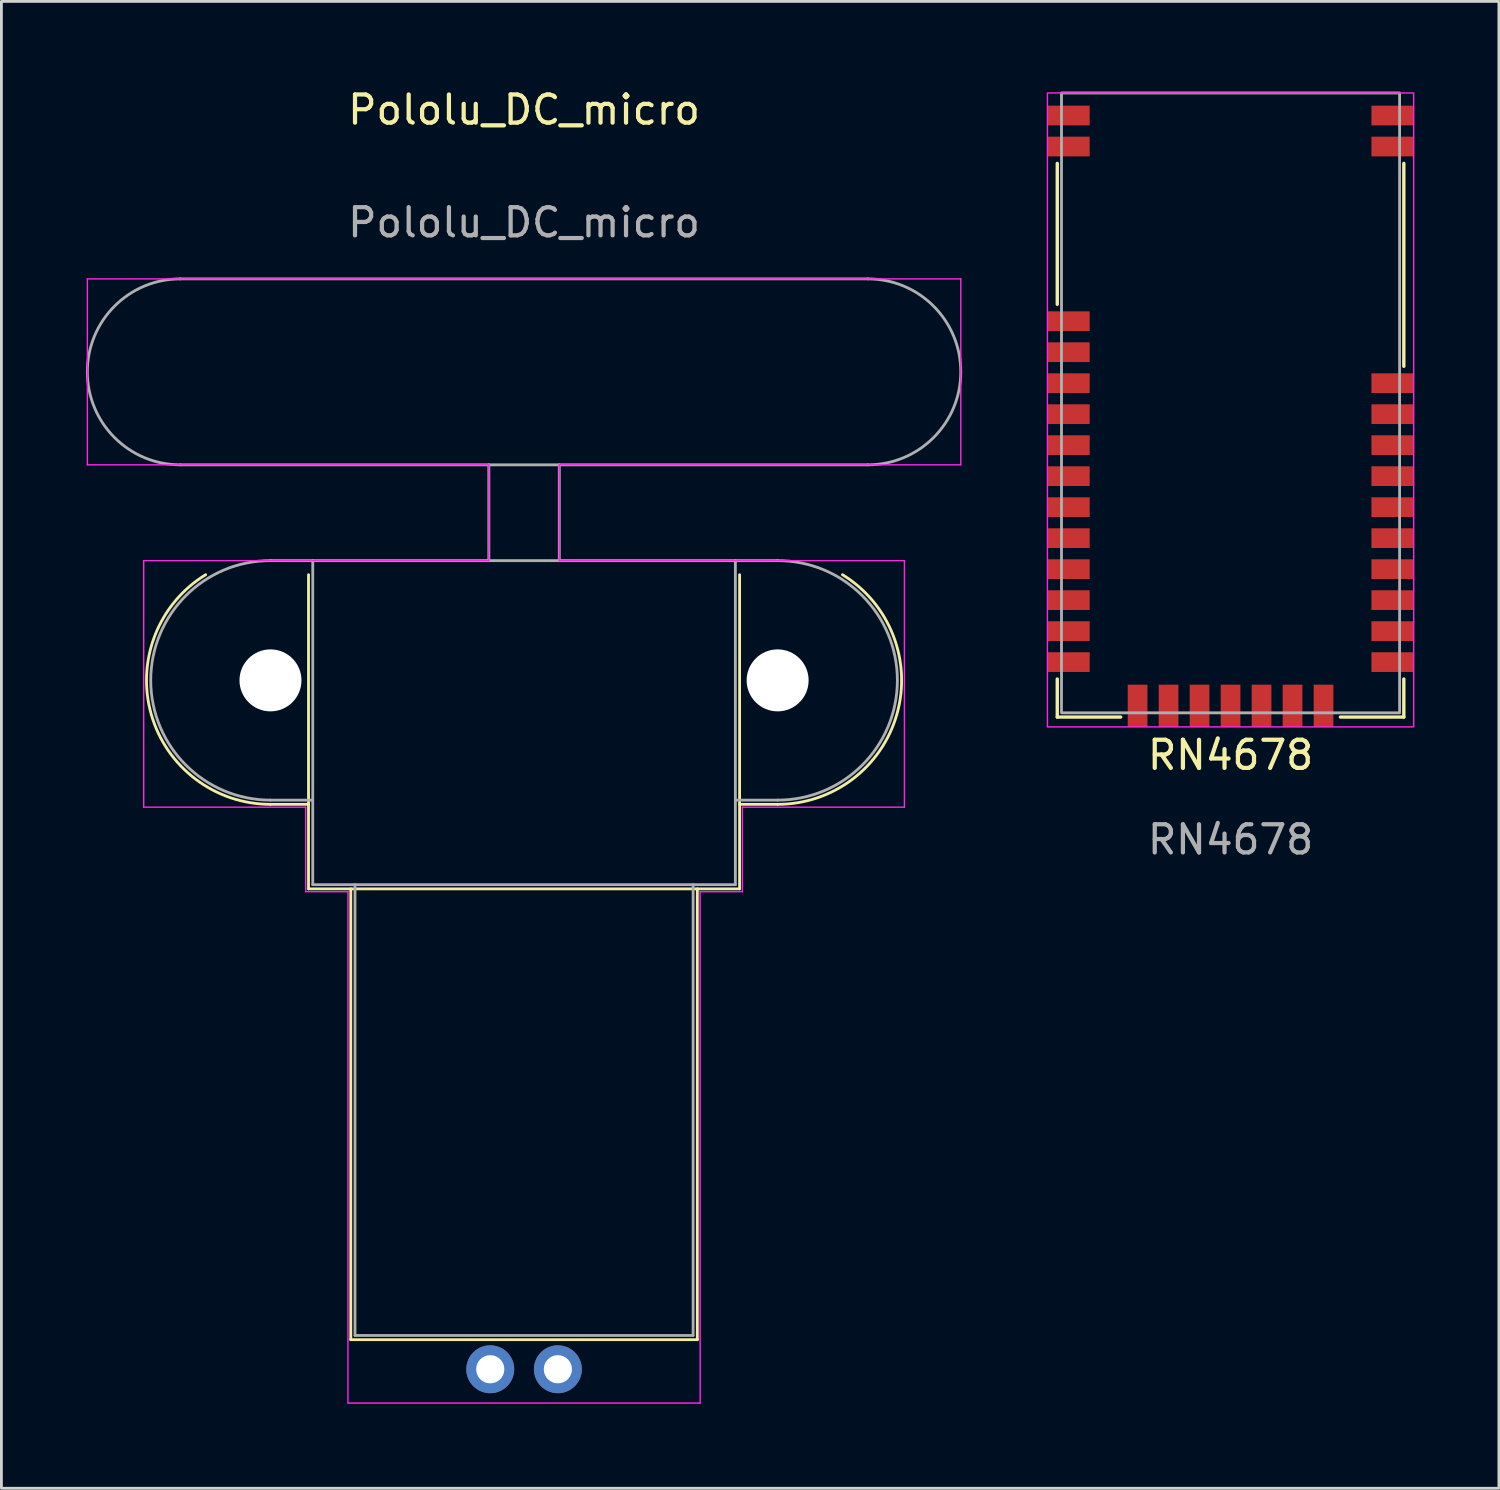
<source format=kicad_pcb>
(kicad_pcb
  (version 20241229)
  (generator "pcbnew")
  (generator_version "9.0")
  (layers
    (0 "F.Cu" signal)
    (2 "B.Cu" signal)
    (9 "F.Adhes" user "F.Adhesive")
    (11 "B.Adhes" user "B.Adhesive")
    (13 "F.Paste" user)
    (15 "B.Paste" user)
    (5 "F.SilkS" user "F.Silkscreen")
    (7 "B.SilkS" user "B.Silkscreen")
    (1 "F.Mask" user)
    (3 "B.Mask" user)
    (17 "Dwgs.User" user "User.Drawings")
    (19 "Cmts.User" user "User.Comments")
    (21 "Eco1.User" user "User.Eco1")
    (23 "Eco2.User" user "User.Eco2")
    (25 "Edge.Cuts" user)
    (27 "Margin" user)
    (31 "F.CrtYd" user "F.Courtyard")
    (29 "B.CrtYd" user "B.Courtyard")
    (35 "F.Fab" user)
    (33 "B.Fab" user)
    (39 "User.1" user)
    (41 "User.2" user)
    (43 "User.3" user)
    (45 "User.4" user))
  (footprint "Pololu_DC_micro"
    (layer "F.Cu")
    (at 15.55 16.848)
    (property "Reference" "Pololu_DC_micro" (at 0 -16 0) (unlocked yes) (layer "F.SilkS") (effects (font (size 1 1) (thickness 0.15))))
    (attr through_hole)
    (fp_line (start -7.65 8.65) (end -9 8.65) (stroke (width 0.1) (type default)) (layer "F.SilkS"))
    (fp_line (start -7.65 11.65) (end -7.65 0.5) (stroke (width 0.1) (type default)) (layer "F.SilkS"))
    (fp_line (start -6.15 27.65) (end -6.15 11.65) (stroke (width 0.1) (type default)) (layer "F.SilkS"))
    (fp_line (start 6.15 11.65) (end 6.15 27.65) (stroke (width 0.1) (type default)) (layer "F.SilkS"))
    (fp_line (start 6.15 27.65) (end -6.15 27.65) (stroke (width 0.1) (type default)) (layer "F.SilkS"))
    (fp_line (start 7.65 0.5) (end 7.65 11.65) (stroke (width 0.1) (type default)) (layer "F.SilkS"))
    (fp_line (start 7.65 11.65) (end -7.65 11.65) (stroke (width 0.1) (type default)) (layer "F.SilkS"))
    (fp_line (start 9 8.65) (end 7.65 8.65) (stroke (width 0.1) (type default)) (layer "F.SilkS"))
    (fp_arc (start -9 8.65) (mid -13.234572 5.445158) (end -11.300446 0.499273) (stroke (width 0.1) (type default)) (layer "F.SilkS"))
    (fp_arc (start 11.300446 0.499273) (mid 13.234572 5.445158) (end 9 8.65) (stroke (width 0.1) (type default)) (layer "F.SilkS"))
    (fp_line (start -15.5 -10) (end 15.5 -10) (stroke (width 0.05) (type default)) (layer "F.CrtYd"))
    (fp_line (start -15.5 -3.4) (end -15.5 -10) (stroke (width 0.05) (type default)) (layer "F.CrtYd"))
    (fp_line (start -13.5 0) (end -1.25 0) (stroke (width 0.05) (type default)) (layer "F.CrtYd"))
    (fp_line (start -13.5 8.75) (end -13.5 0) (stroke (width 0.05) (type default)) (layer "F.CrtYd"))
    (fp_line (start -7.75 8.75) (end -13.5 8.75) (stroke (width 0.05) (type default)) (layer "F.CrtYd"))
    (fp_line (start -7.75 11.75) (end -7.75 8.75) (stroke (width 0.05) (type default)) (layer "F.CrtYd"))
    (fp_line (start -6.25 11.75) (end -7.75 11.75) (stroke (width 0.05) (type default)) (layer "F.CrtYd"))
    (fp_line (start -6.25 29.9) (end -6.25 11.75) (stroke (width 0.05) (type default)) (layer "F.CrtYd"))
    (fp_line (start -6.25 29.9) (end 6.25 29.9) (stroke (width 0.05) (type default)) (layer "F.CrtYd"))
    (fp_line (start -1.25 -3.4) (end -15.5 -3.4) (stroke (width 0.05) (type default)) (layer "F.CrtYd"))
    (fp_line (start -1.25 0) (end -1.25 -3.4) (stroke (width 0.05) (type default)) (layer "F.CrtYd"))
    (fp_line (start 1.25 -3.4) (end 1.25 0) (stroke (width 0.05) (type default)) (layer "F.CrtYd"))
    (fp_line (start 1.25 0) (end 13.5 0) (stroke (width 0.05) (type default)) (layer "F.CrtYd"))
    (fp_line (start 6.25 11.75) (end 7.75 11.75) (stroke (width 0.05) (type default)) (layer "F.CrtYd"))
    (fp_line (start 6.25 29.9) (end 6.25 11.75) (stroke (width 0.05) (type default)) (layer "F.CrtYd"))
    (fp_line (start 7.75 8.75) (end 13.5 8.75) (stroke (width 0.05) (type default)) (layer "F.CrtYd"))
    (fp_line (start 7.75 11.75) (end 7.75 8.75) (stroke (width 0.05) (type default)) (layer "F.CrtYd"))
    (fp_line (start 13.5 0) (end 13.5 8.75) (stroke (width 0.05) (type default)) (layer "F.CrtYd"))
    (fp_line (start 15.5 -10) (end 15.5 -3.4) (stroke (width 0.05) (type default)) (layer "F.CrtYd"))
    (fp_line (start 15.5 -3.4) (end 1.25 -3.4) (stroke (width 0.05) (type default)) (layer "F.CrtYd"))
    (fp_line (start -12.2 -10) (end 12.2 -10) (stroke (width 0.1) (type default)) (layer "F.Fab"))
    (fp_line (start -9 0) (end 9 0) (stroke (width 0.1) (type default)) (layer "F.Fab"))
    (fp_line (start -9 8.5) (end -7.5 8.5) (stroke (width 0.1) (type default)) (layer "F.Fab"))
    (fp_line (start -7.5 11.5) (end -7.5 0) (stroke (width 0.1) (type default)) (layer "F.Fab"))
    (fp_line (start -6 27.5) (end -6 11.5) (stroke (width 0.1) (type default)) (layer "F.Fab"))
    (fp_line (start -1.25 0) (end -1.25 -3.4) (stroke (width 0.1) (type default)) (layer "F.Fab"))
    (fp_line (start 1.25 -3.4) (end 1.25 0) (stroke (width 0.1) (type default)) (layer "F.Fab"))
    (fp_line (start 6 11.5) (end 6 27.5) (stroke (width 0.1) (type default)) (layer "F.Fab"))
    (fp_line (start 6 27.5) (end -6 27.5) (stroke (width 0.1) (type default)) (layer "F.Fab"))
    (fp_line (start 7.5 8.5) (end 9 8.5) (stroke (width 0.1) (type default)) (layer "F.Fab"))
    (fp_line (start 7.5 11.5) (end -7.5 11.5) (stroke (width 0.1) (type default)) (layer "F.Fab"))
    (fp_line (start 7.5 11.5) (end 7.5 0) (stroke (width 0.1) (type default)) (layer "F.Fab"))
    (fp_line (start 12.2 -3.4) (end -12.2 -3.4) (stroke (width 0.1) (type default)) (layer "F.Fab"))
    (fp_arc (start -12.2 -3.4) (mid -15.5 -6.7) (end -12.2 -10) (stroke (width 0.1) (type default)) (layer "F.Fab"))
    (fp_arc (start -9 8.5) (mid -13.25 4.25) (end -9 0) (stroke (width 0.1) (type default)) (layer "F.Fab"))
    (fp_arc (start 9 0) (mid 13.25 4.25) (end 9 8.5) (stroke (width 0.1) (type default)) (layer "F.Fab"))
    (fp_arc (start 12.2 -10) (mid 15.5 -6.7) (end 12.2 -3.4) (stroke (width 0.1) (type default)) (layer "F.Fab"))
    (fp_text user "${REFERENCE}" (at 0 -12 0) (unlocked yes) (layer "F.Fab") (effects (font (size 1 1) (thickness 0.15))))
    (pad "" np_thru_hole circle (at -9 4.25) (size 2.2 2.2) (drill 2.2) (layers "*.Cu" "*.Mask"))
    (pad "" np_thru_hole circle (at 9 4.25) (size 2.2 2.2) (drill 2.2) (layers "*.Cu" "*.Mask"))
    (pad "1" thru_hole circle (at -1.2 28.7) (size 1.7 1.7) (drill 1) (layers "*.Cu" "*.Mask"))
    (pad "2" thru_hole circle (at 1.2 28.7) (size 1.7 1.7) (drill 1) (layers "*.Cu" "*.Mask")))
  (footprint "RN4678"
    (layer "F.Cu")
    (at 40.625 0.25)
    (property "Reference" "RN4678" (at 0 23.5 0) (unlocked yes) (layer "F.SilkS") (effects (font (size 1 1) (thickness 0.15))))
    (attr smd)
    (fp_line (start -6.15 7.5) (end -6.15 2.5) (stroke (width 0.12) (type default)) (layer "F.SilkS"))
    (fp_line (start -6.15 22.15) (end -6.15 20.8) (stroke (width 0.12) (type default)) (layer "F.SilkS"))
    (fp_line (start -3.9 22.15) (end -6.15 22.15) (stroke (width 0.12) (type default)) (layer "F.SilkS"))
    (fp_line (start 3.9 22.15) (end 6.15 22.15) (stroke (width 0.12) (type default)) (layer "F.SilkS"))
    (fp_line (start 6.15 2.5) (end 6.15 9.7) (stroke (width 0.12) (type default)) (layer "F.SilkS"))
    (fp_line (start 6.15 22.15) (end 6.15 20.8) (stroke (width 0.12) (type default)) (layer "F.SilkS"))
    (fp_rect (start -6.5 0) (end 6.5 22.5) (stroke (width 0.05) (type default)) (fill no) (layer "F.CrtYd"))
    (fp_rect (start -6 22) (end 6 0) (stroke (width 0.1) (type default)) (fill no) (layer "F.Fab"))
    (fp_text user "${REFERENCE}" (at 0 26.5 0) (unlocked yes) (layer "F.Fab") (effects (font (size 1 1) (thickness 0.15))))
    (pad "1" smd rect (at -5.75 0.8) (size 1.5 0.7) (layers "F.Cu" "F.Mask" "F.Paste"))
    (pad "2" smd rect (at -5.75 1.9) (size 1.5 0.7) (layers "F.Cu" "F.Mask" "F.Paste"))
    (pad "3" smd rect (at -5.75 8.1) (size 1.5 0.7) (layers "F.Cu" "F.Mask" "F.Paste"))
    (pad "4" smd rect (at -5.75 9.2) (size 1.5 0.7) (layers "F.Cu" "F.Mask" "F.Paste"))
    (pad "5" smd rect (at -5.75 10.3) (size 1.5 0.7) (layers "F.Cu" "F.Mask" "F.Paste"))
    (pad "6" smd rect (at -5.75 11.4) (size 1.5 0.7) (layers "F.Cu" "F.Mask" "F.Paste"))
    (pad "7" smd rect (at -5.75 12.5) (size 1.5 0.7) (layers "F.Cu" "F.Mask" "F.Paste"))
    (pad "8" smd rect (at -5.75 13.6) (size 1.5 0.7) (layers "F.Cu" "F.Mask" "F.Paste"))
    (pad "9" smd rect (at -5.75 14.7) (size 1.5 0.7) (layers "F.Cu" "F.Mask" "F.Paste"))
    (pad "10" smd rect (at -5.75 15.8) (size 1.5 0.7) (layers "F.Cu" "F.Mask" "F.Paste"))
    (pad "11" smd rect (at -5.75 16.9) (size 1.5 0.7) (layers "F.Cu" "F.Mask" "F.Paste"))
    (pad "12" smd rect (at -5.75 18) (size 1.5 0.7) (layers "F.Cu" "F.Mask" "F.Paste"))
    (pad "13" smd rect (at -5.75 19.1) (size 1.5 0.7) (layers "F.Cu" "F.Mask" "F.Paste"))
    (pad "14" smd rect (at -5.75 20.2) (size 1.5 0.7) (layers "F.Cu" "F.Mask" "F.Paste"))
    (pad "15" smd rect (at -3.3 21.75 90) (size 1.5 0.7) (layers "F.Cu" "F.Mask" "F.Paste"))
    (pad "16" smd rect (at -2.2 21.75 90) (size 1.5 0.7) (layers "F.Cu" "F.Mask" "F.Paste"))
    (pad "17" smd rect (at -1.1 21.75 90) (size 1.5 0.7) (layers "F.Cu" "F.Mask" "F.Paste"))
    (pad "18" smd rect (at 0 21.75 90) (size 1.5 0.7) (layers "F.Cu" "F.Mask" "F.Paste"))
    (pad "19" smd rect (at 1.1 21.75 90) (size 1.5 0.7) (layers "F.Cu" "F.Mask" "F.Paste"))
    (pad "20" smd rect (at 2.2 21.75 90) (size 1.5 0.7) (layers "F.Cu" "F.Mask" "F.Paste"))
    (pad "21" smd rect (at 3.3 21.75 90) (size 1.5 0.7) (layers "F.Cu" "F.Mask" "F.Paste"))
    (pad "22" smd rect (at 5.75 20.2) (size 1.5 0.7) (layers "F.Cu" "F.Mask" "F.Paste"))
    (pad "23" smd rect (at 5.75 19.1) (size 1.5 0.7) (layers "F.Cu" "F.Mask" "F.Paste"))
    (pad "24" smd rect (at 5.75 18) (size 1.5 0.7) (layers "F.Cu" "F.Mask" "F.Paste"))
    (pad "25" smd rect (at 5.75 16.9) (size 1.5 0.7) (layers "F.Cu" "F.Mask" "F.Paste"))
    (pad "26" smd rect (at 5.75 15.8) (size 1.5 0.7) (layers "F.Cu" "F.Mask" "F.Paste"))
    (pad "27" smd rect (at 5.75 14.7) (size 1.5 0.7) (layers "F.Cu" "F.Mask" "F.Paste"))
    (pad "28" smd rect (at 5.75 13.6) (size 1.5 0.7) (layers "F.Cu" "F.Mask" "F.Paste"))
    (pad "29" smd rect (at 5.75 12.5) (size 1.5 0.7) (layers "F.Cu" "F.Mask" "F.Paste"))
    (pad "30" smd rect (at 5.75 11.4) (size 1.5 0.7) (layers "F.Cu" "F.Mask" "F.Paste"))
    (pad "31" smd rect (at 5.75 10.3) (size 1.5 0.7) (layers "F.Cu" "F.Mask" "F.Paste"))
    (pad "32" smd rect (at 5.75 1.9) (size 1.5 0.7) (layers "F.Cu" "F.Mask" "F.Paste"))
    (pad "33" smd rect (at 5.75 0.8) (size 1.5 0.7) (layers "F.Cu" "F.Mask" "F.Paste"))
    (zone (net_name "") (layer "F.Cu") (hatch full 0.25) (connect_pads) (min_thickness 0.25) (filled_areas_thickness no) (keepout (tracks not_allowed) (vias not_allowed) (pads allowed) (copperpour not_allowed) (footprints allowed)) (placement (enabled no)) (fill) (polygon (pts (xy 43.825 6.25) (xy 45.825 6.25) (xy 45.825 4.25) (xy 46.625 4.25) (xy 46.625 0.25) (xy 34.625 0.25) (xy 34.625 4.25) (xy 43.825 4.25))))
    (zone (net_name "") (layer "In1.Cu") (hatch full 0.25) (connect_pads) (min_thickness 0.25) (filled_areas_thickness no) (keepout (tracks not_allowed) (vias not_allowed) (pads allowed) (copperpour not_allowed) (footprints allowed)) (placement (enabled no)) (fill) (polygon (pts (xy 46.625 0.25) (xy 34.625 0.25) (xy 34.625 4.25) (xy 46.625 4.25)))))
  (gr_rect
    (start -3 -3)
    (end 50.15 49.773)
    (stroke (width 0.1) (type default))
    (fill no)
    (layer "Edge.Cuts")))
</source>
